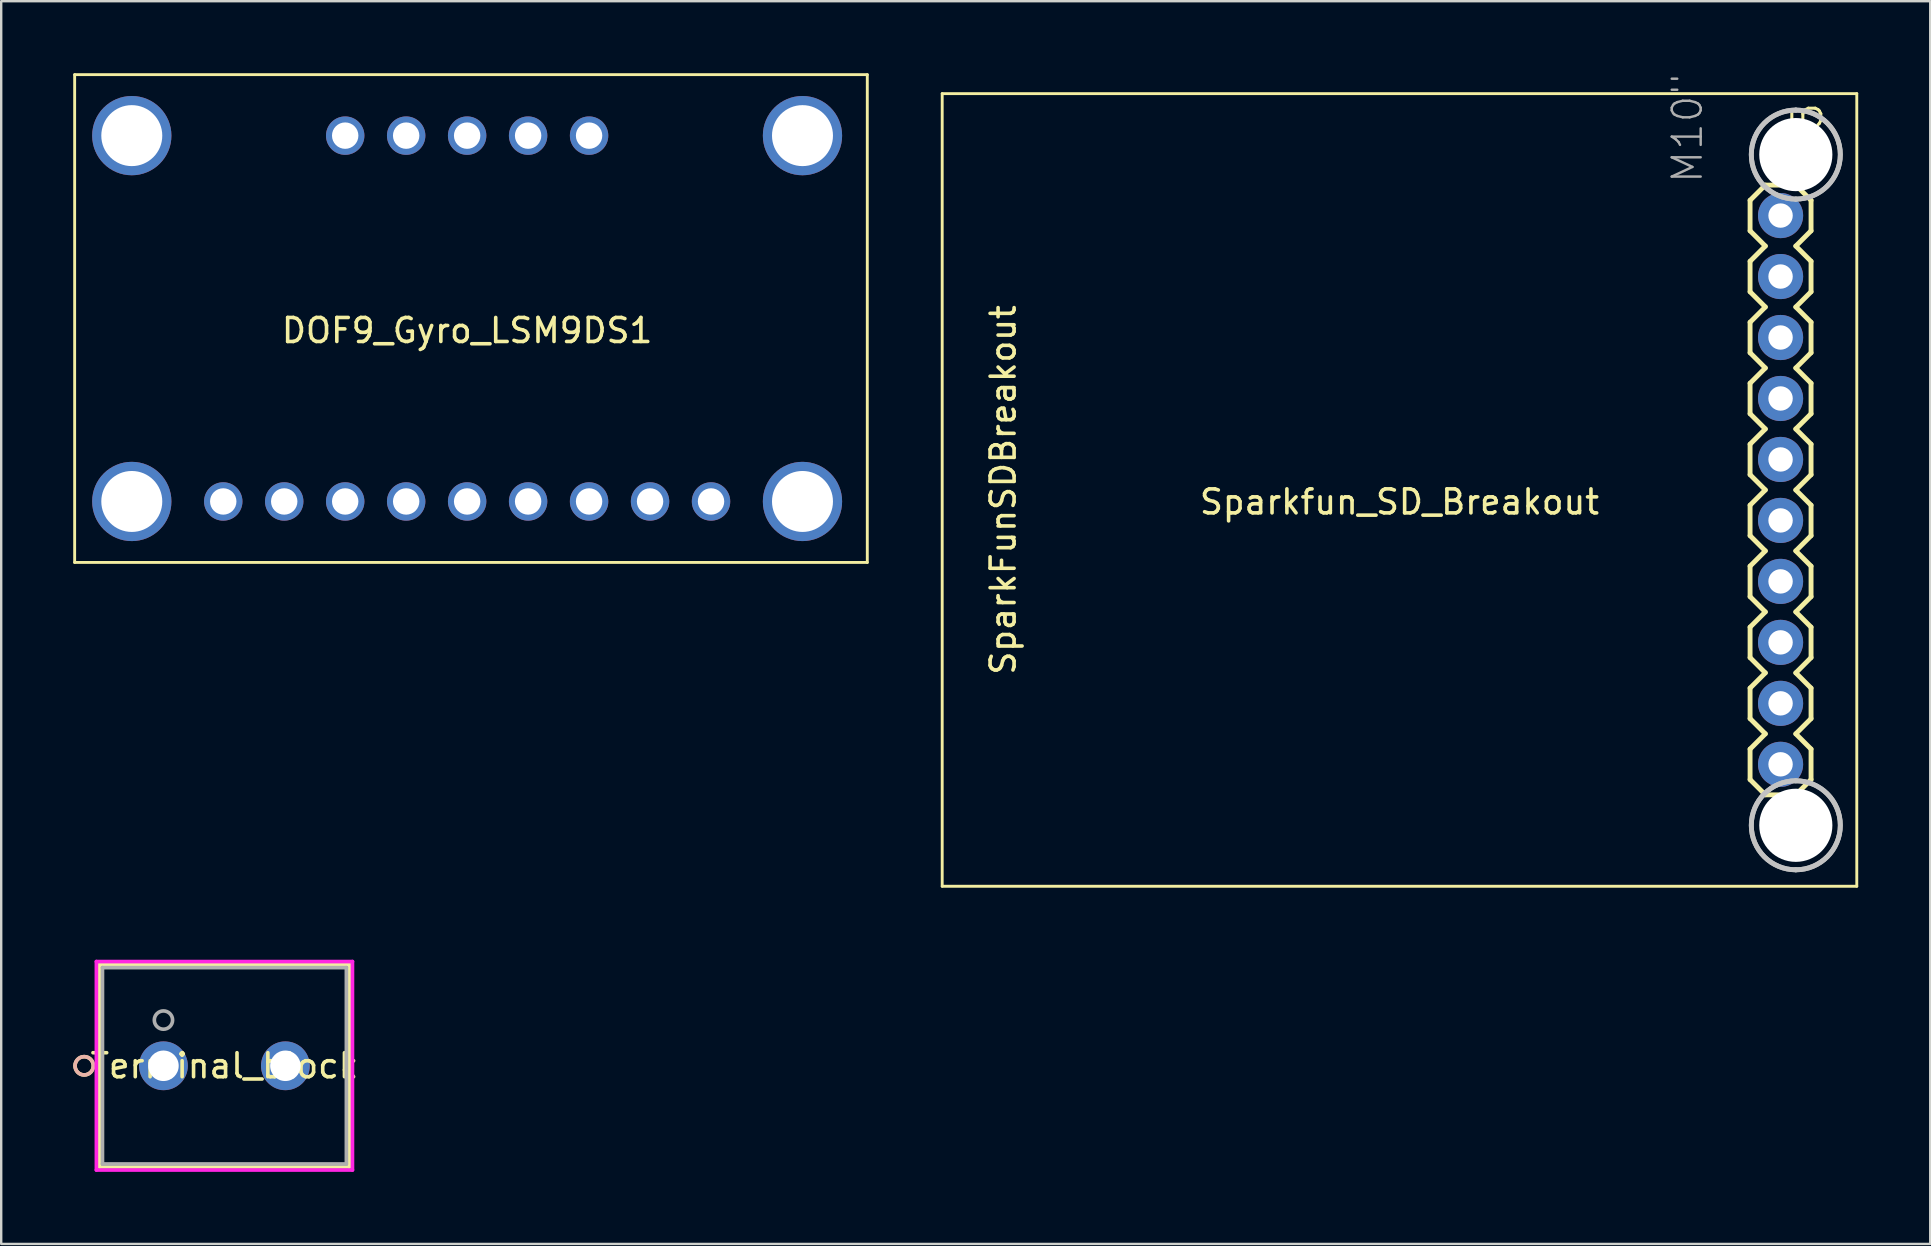
<source format=kicad_pcb>
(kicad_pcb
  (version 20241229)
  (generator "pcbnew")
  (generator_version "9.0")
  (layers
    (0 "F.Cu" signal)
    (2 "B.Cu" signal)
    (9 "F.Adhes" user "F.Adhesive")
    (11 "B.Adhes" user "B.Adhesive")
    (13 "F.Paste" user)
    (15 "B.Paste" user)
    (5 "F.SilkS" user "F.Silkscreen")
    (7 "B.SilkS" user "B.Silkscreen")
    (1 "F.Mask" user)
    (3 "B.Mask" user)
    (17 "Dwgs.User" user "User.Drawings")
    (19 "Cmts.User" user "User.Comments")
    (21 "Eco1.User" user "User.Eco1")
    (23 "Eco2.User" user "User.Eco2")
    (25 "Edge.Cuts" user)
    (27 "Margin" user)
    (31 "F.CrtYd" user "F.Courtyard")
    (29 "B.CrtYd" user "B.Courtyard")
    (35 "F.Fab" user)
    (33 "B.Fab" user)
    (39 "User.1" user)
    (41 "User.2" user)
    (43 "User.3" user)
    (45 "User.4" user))
  (footprint "Terminal_block"
    (layer "F.Cu")
    (at 3.759 41.349)
    (property "Reference" "Terminal_block" (at 2.54 0 0) (layer "F.SilkS") (effects (font (size 1 1) (thickness 0.15))))
    (attr through_hole)
    (fp_line (start -2.667 -4.216) (end -2.667 4.216) (stroke (width 0.152) (type solid)) (layer "F.SilkS"))
    (fp_line (start -2.667 4.216) (end 7.747 4.216) (stroke (width 0.152) (type solid)) (layer "F.SilkS"))
    (fp_line (start 7.747 -4.216) (end -2.667 -4.216) (stroke (width 0.152) (type solid)) (layer "F.SilkS"))
    (fp_line (start 7.747 4.216) (end 7.747 -4.216) (stroke (width 0.152) (type solid)) (layer "F.SilkS"))
    (fp_circle (center -3.302 0) (end -2.921 0) (stroke (width 0.152) (type solid)) (fill no) (layer "F.SilkS"))
    (fp_circle (center -3.302 0) (end -2.921 0) (stroke (width 0.152) (type solid)) (fill no) (layer "B.SilkS"))
    (fp_line (start -2.794 -4.343) (end -2.794 4.343) (stroke (width 0.152) (type solid)) (layer "F.CrtYd"))
    (fp_line (start -2.794 4.343) (end 7.874 4.343) (stroke (width 0.152) (type solid)) (layer "F.CrtYd"))
    (fp_line (start 7.874 -4.343) (end -2.794 -4.343) (stroke (width 0.152) (type solid)) (layer "F.CrtYd"))
    (fp_line (start 7.874 4.343) (end 7.874 -4.343) (stroke (width 0.152) (type solid)) (layer "F.CrtYd"))
    (fp_line (start -2.54 -4.089) (end -2.54 4.089) (stroke (width 0.152) (type solid)) (layer "F.Fab"))
    (fp_line (start -2.54 4.089) (end 7.62 4.089) (stroke (width 0.152) (type solid)) (layer "F.Fab"))
    (fp_line (start 7.62 -4.089) (end -2.54 -4.089) (stroke (width 0.152) (type solid)) (layer "F.Fab"))
    (fp_line (start 7.62 4.089) (end 7.62 -4.089) (stroke (width 0.152) (type solid)) (layer "F.Fab"))
    (fp_circle (center 0 -1.905) (end 0.381 -1.905) (stroke (width 0.152) (type solid)) (fill no) (layer "F.Fab"))
    (fp_text user "*" (at 0 0 0) (layer "F.SilkS") (effects (font (size 1 1) (thickness 0.15))))
    (fp_text user "Copyright 2016 Accelerated Designs. All rights reserved." (at 0 0 0) (layer "Cmts.User") (effects (font (size 0.127 0.127) (thickness 0.002))))
    (fp_text user "*" (at 0 0 0) (layer "F.Fab") (effects (font (size 1 1) (thickness 0.15))))
    (pad "1" thru_hole circle (at 0 0) (size 2.032 2.032) (drill 1.27) (layers "*.Cu" "*.Mask"))
    (pad "2" thru_hole circle (at 5.08 0) (size 2.032 2.032) (drill 1.27) (layers "*.Cu" "*.Mask")))
  (footprint "DOF9_Gyro_LSM9DS1"
    (layer "F.Cu")
    (at 10.06 6.41)
    (property "Reference" "DOF9_Gyro_LSM9DS1" (at 6.35 4.31 0) (layer "F.SilkS") (effects (font (size 1 1) (thickness 0.15))))
    (attr through_hole)
    (fp_line (start -10 -6.35) (end -10 13.97) (stroke (width 0.12) (type solid)) (layer "F.SilkS"))
    (fp_line (start -10 -6.35) (end 23.02 -6.35) (stroke (width 0.12) (type solid)) (layer "F.SilkS"))
    (fp_line (start -10 13.97) (end 23.02 13.97) (stroke (width 0.12) (type solid)) (layer "F.SilkS"))
    (fp_line (start 23.02 -6.35) (end 23.02 13.97) (stroke (width 0.12) (type solid)) (layer "F.SilkS"))
    (pad "0" thru_hole circle (at -7.62 -3.81) (size 3.302 3.302) (drill 2.54) (layers "*.Cu" "*.Mask"))
    (pad "0" thru_hole circle (at -7.62 11.43) (size 3.302 3.302) (drill 2.54) (layers "*.Cu" "*.Mask"))
    (pad "0" thru_hole circle (at 20.32 -3.81) (size 3.302 3.302) (drill 2.54) (layers "*.Cu" "*.Mask"))
    (pad "0" thru_hole circle (at 20.32 11.43) (size 3.302 3.302) (drill 2.54) (layers "*.Cu" "*.Mask"))
    (pad "1" thru_hole circle (at -3.81 11.43) (size 1.6 1.6) (drill 1.1) (layers "*.Cu" "*.Mask"))
    (pad "2" thru_hole circle (at -1.27 11.43) (size 1.6 1.6) (drill 1.1) (layers "*.Cu" "*.Mask"))
    (pad "3" thru_hole circle (at 1.27 11.43) (size 1.6 1.6) (drill 1.1) (layers "*.Cu" "*.Mask"))
    (pad "4" thru_hole circle (at 3.81 11.43) (size 1.6 1.6) (drill 1.1) (layers "*.Cu" "*.Mask"))
    (pad "5" thru_hole circle (at 6.35 11.43) (size 1.6 1.6) (drill 1.1) (layers "*.Cu" "*.Mask"))
    (pad "6" thru_hole circle (at 8.89 11.43) (size 1.6 1.6) (drill 1.1) (layers "*.Cu" "*.Mask"))
    (pad "7" thru_hole circle (at 11.43 11.43) (size 1.6 1.6) (drill 1.1) (layers "*.Cu" "*.Mask"))
    (pad "8" thru_hole circle (at 13.97 11.43) (size 1.6 1.6) (drill 1.1) (layers "*.Cu" "*.Mask"))
    (pad "9" thru_hole circle (at 16.51 11.43) (size 1.6 1.6) (drill 1.1) (layers "*.Cu" "*.Mask"))
    (pad "10" thru_hole circle (at 1.27 -3.81) (size 1.6 1.6) (drill 1.1) (layers "*.Cu" "*.Mask"))
    (pad "11" thru_hole circle (at 3.81 -3.81) (size 1.6 1.6) (drill 1.1) (layers "*.Cu" "*.Mask"))
    (pad "12" thru_hole circle (at 6.35 -3.81) (size 1.6 1.6) (drill 1.1) (layers "*.Cu" "*.Mask"))
    (pad "13" thru_hole circle (at 8.89 -3.81) (size 1.6 1.6) (drill 1.1) (layers "*.Cu" "*.Mask"))
    (pad "14" thru_hole circle (at 11.43 -3.81) (size 1.6 1.6) (drill 1.1) (layers "*.Cu" "*.Mask")))
  (footprint "Sparkfun_SD_Breakout"
    (layer "F.Cu")
    (at 55.25 17.36)
    (property "Reference" "Sparkfun_SD_Breakout" (at 0 0.5 0) (layer "F.SilkS") (effects (font (size 1 1) (thickness 0.15))))
    (attr through_hole)
    (fp_line (start -19.05 -16.51) (end 19.05 -16.51) (stroke (width 0.12) (type solid)) (layer "F.SilkS"))
    (fp_line (start -19.05 16.51) (end -19.05 -16.51) (stroke (width 0.12) (type solid)) (layer "F.SilkS"))
    (fp_line (start 14.605 -10.795) (end 14.605 -12.065) (stroke (width 0.203) (type solid)) (layer "F.SilkS"))
    (fp_line (start 14.605 -9.525) (end 15.24 -10.16) (stroke (width 0.203) (type solid)) (layer "F.SilkS"))
    (fp_line (start 14.605 -8.255) (end 14.605 -9.525) (stroke (width 0.203) (type solid)) (layer "F.SilkS"))
    (fp_line (start 14.605 -6.985) (end 15.24 -7.62) (stroke (width 0.203) (type solid)) (layer "F.SilkS"))
    (fp_line (start 14.605 -5.715) (end 14.605 -6.985) (stroke (width 0.203) (type solid)) (layer "F.SilkS"))
    (fp_line (start 14.605 -3.175) (end 14.605 -4.445) (stroke (width 0.203) (type solid)) (layer "F.SilkS"))
    (fp_line (start 14.605 -1.905) (end 15.24 -2.54) (stroke (width 0.203) (type solid)) (layer "F.SilkS"))
    (fp_line (start 14.605 -0.635) (end 14.605 -1.905) (stroke (width 0.203) (type solid)) (layer "F.SilkS"))
    (fp_line (start 14.605 0.635) (end 15.24 0) (stroke (width 0.203) (type solid)) (layer "F.SilkS"))
    (fp_line (start 14.605 1.905) (end 14.605 0.635) (stroke (width 0.203) (type solid)) (layer "F.SilkS"))
    (fp_line (start 14.605 4.445) (end 14.605 3.175) (stroke (width 0.203) (type solid)) (layer "F.SilkS"))
    (fp_line (start 14.605 6.985) (end 14.605 5.715) (stroke (width 0.203) (type solid)) (layer "F.SilkS"))
    (fp_line (start 14.605 9.525) (end 14.605 8.255) (stroke (width 0.203) (type solid)) (layer "F.SilkS"))
    (fp_line (start 14.605 12.065) (end 14.605 10.795) (stroke (width 0.203) (type solid)) (layer "F.SilkS"))
    (fp_line (start 15.24 -12.7) (end 14.605 -12.065) (stroke (width 0.203) (type solid)) (layer "F.SilkS"))
    (fp_line (start 15.24 -10.16) (end 14.605 -10.795) (stroke (width 0.203) (type solid)) (layer "F.SilkS"))
    (fp_line (start 15.24 -7.62) (end 14.605 -8.255) (stroke (width 0.203) (type solid)) (layer "F.SilkS"))
    (fp_line (start 15.24 -5.08) (end 14.605 -5.715) (stroke (width 0.203) (type solid)) (layer "F.SilkS"))
    (fp_line (start 15.24 -5.08) (end 14.605 -4.445) (stroke (width 0.203) (type solid)) (layer "F.SilkS"))
    (fp_line (start 15.24 -2.54) (end 14.605 -3.175) (stroke (width 0.203) (type solid)) (layer "F.SilkS"))
    (fp_line (start 15.24 0) (end 14.605 -0.635) (stroke (width 0.203) (type solid)) (layer "F.SilkS"))
    (fp_line (start 15.24 2.54) (end 14.605 1.905) (stroke (width 0.203) (type solid)) (layer "F.SilkS"))
    (fp_line (start 15.24 2.54) (end 14.605 3.175) (stroke (width 0.203) (type solid)) (layer "F.SilkS"))
    (fp_line (start 15.24 5.08) (end 14.605 4.445) (stroke (width 0.203) (type solid)) (layer "F.SilkS"))
    (fp_line (start 15.24 5.08) (end 14.605 5.715) (stroke (width 0.203) (type solid)) (layer "F.SilkS"))
    (fp_line (start 15.24 7.62) (end 14.605 6.985) (stroke (width 0.203) (type solid)) (layer "F.SilkS"))
    (fp_line (start 15.24 7.62) (end 14.605 8.255) (stroke (width 0.203) (type solid)) (layer "F.SilkS"))
    (fp_line (start 15.24 10.16) (end 14.605 9.525) (stroke (width 0.203) (type solid)) (layer "F.SilkS"))
    (fp_line (start 15.24 10.16) (end 14.605 10.795) (stroke (width 0.203) (type solid)) (layer "F.SilkS"))
    (fp_line (start 15.24 12.7) (end 14.605 12.065) (stroke (width 0.203) (type solid)) (layer "F.SilkS"))
    (fp_line (start 16.51 -12.7) (end 15.24 -12.7) (stroke (width 0.203) (type solid)) (layer "F.SilkS"))
    (fp_line (start 16.51 -10.16) (end 17.145 -9.525) (stroke (width 0.203) (type solid)) (layer "F.SilkS"))
    (fp_line (start 16.51 -7.62) (end 17.145 -6.985) (stroke (width 0.203) (type solid)) (layer "F.SilkS"))
    (fp_line (start 16.51 -2.54) (end 17.145 -1.905) (stroke (width 0.203) (type solid)) (layer "F.SilkS"))
    (fp_line (start 16.51 0) (end 17.145 0.635) (stroke (width 0.203) (type solid)) (layer "F.SilkS"))
    (fp_line (start 16.51 12.7) (end 15.24 12.7) (stroke (width 0.203) (type solid)) (layer "F.SilkS"))
    (fp_line (start 17.145 -12.065) (end 16.51 -12.7) (stroke (width 0.203) (type solid)) (layer "F.SilkS"))
    (fp_line (start 17.145 -12.065) (end 17.145 -10.795) (stroke (width 0.203) (type solid)) (layer "F.SilkS"))
    (fp_line (start 17.145 -10.795) (end 16.51 -10.16) (stroke (width 0.203) (type solid)) (layer "F.SilkS"))
    (fp_line (start 17.145 -9.525) (end 17.145 -8.255) (stroke (width 0.203) (type solid)) (layer "F.SilkS"))
    (fp_line (start 17.145 -8.255) (end 16.51 -7.62) (stroke (width 0.203) (type solid)) (layer "F.SilkS"))
    (fp_line (start 17.145 -6.985) (end 17.145 -5.715) (stroke (width 0.203) (type solid)) (layer "F.SilkS"))
    (fp_line (start 17.145 -5.715) (end 16.51 -5.08) (stroke (width 0.203) (type solid)) (layer "F.SilkS"))
    (fp_line (start 17.145 -4.445) (end 16.51 -5.08) (stroke (width 0.203) (type solid)) (layer "F.SilkS"))
    (fp_line (start 17.145 -4.445) (end 17.145 -3.175) (stroke (width 0.203) (type solid)) (layer "F.SilkS"))
    (fp_line (start 17.145 -3.175) (end 16.51 -2.54) (stroke (width 0.203) (type solid)) (layer "F.SilkS"))
    (fp_line (start 17.145 -1.905) (end 17.145 -0.635) (stroke (width 0.203) (type solid)) (layer "F.SilkS"))
    (fp_line (start 17.145 -0.635) (end 16.51 0) (stroke (width 0.203) (type solid)) (layer "F.SilkS"))
    (fp_line (start 17.145 0.635) (end 17.145 1.905) (stroke (width 0.203) (type solid)) (layer "F.SilkS"))
    (fp_line (start 17.145 1.905) (end 16.51 2.54) (stroke (width 0.203) (type solid)) (layer "F.SilkS"))
    (fp_line (start 17.145 3.175) (end 16.51 2.54) (stroke (width 0.203) (type solid)) (layer "F.SilkS"))
    (fp_line (start 17.145 3.175) (end 17.145 4.445) (stroke (width 0.203) (type solid)) (layer "F.SilkS"))
    (fp_line (start 17.145 4.445) (end 16.51 5.08) (stroke (width 0.203) (type solid)) (layer "F.SilkS"))
    (fp_line (start 17.145 5.715) (end 16.51 5.08) (stroke (width 0.203) (type solid)) (layer "F.SilkS"))
    (fp_line (start 17.145 5.715) (end 17.145 6.985) (stroke (width 0.203) (type solid)) (layer "F.SilkS"))
    (fp_line (start 17.145 6.985) (end 16.51 7.62) (stroke (width 0.203) (type solid)) (layer "F.SilkS"))
    (fp_line (start 17.145 8.255) (end 16.51 7.62) (stroke (width 0.203) (type solid)) (layer "F.SilkS"))
    (fp_line (start 17.145 8.255) (end 17.145 9.525) (stroke (width 0.203) (type solid)) (layer "F.SilkS"))
    (fp_line (start 17.145 9.525) (end 16.51 10.16) (stroke (width 0.203) (type solid)) (layer "F.SilkS"))
    (fp_line (start 17.145 10.795) (end 16.51 10.16) (stroke (width 0.203) (type solid)) (layer "F.SilkS"))
    (fp_line (start 17.145 10.795) (end 17.145 12.065) (stroke (width 0.203) (type solid)) (layer "F.SilkS"))
    (fp_line (start 17.145 12.065) (end 16.51 12.7) (stroke (width 0.203) (type solid)) (layer "F.SilkS"))
    (fp_line (start 19.05 -16.51) (end 19.05 16.51) (stroke (width 0.12) (type solid)) (layer "F.SilkS"))
    (fp_line (start 19.05 16.51) (end -19.05 16.51) (stroke (width 0.12) (type solid)) (layer "F.SilkS"))
    (fp_arc (start 16.51 -15.8242) (mid 18.3642 -13.97) (end 16.51 -12.1158) (stroke (width 0.2032) (type solid)) (layer "Dwgs.User"))
    (fp_arc (start 16.51 -15.8242) (mid 18.3642 -13.97) (end 16.51 -12.1158) (stroke (width 0.2032) (type solid)) (layer "Dwgs.User"))
    (fp_arc (start 16.51 -12.1158) (mid 14.6558 -13.97) (end 16.51 -15.8242) (stroke (width 0.2032) (type solid)) (layer "Dwgs.User"))
    (fp_arc (start 16.51 -12.1158) (mid 14.6558 -13.97) (end 16.51 -15.8242) (stroke (width 0.2032) (type solid)) (layer "Dwgs.User"))
    (fp_arc (start 16.51 12.1158) (mid 18.3642 13.97) (end 16.51 15.8242) (stroke (width 0.2032) (type solid)) (layer "Dwgs.User"))
    (fp_arc (start 16.51 12.1158) (mid 18.3642 13.97) (end 16.51 15.8242) (stroke (width 0.2032) (type solid)) (layer "Dwgs.User"))
    (fp_arc (start 16.51 15.8242) (mid 14.6558 13.97) (end 16.51 12.1158) (stroke (width 0.2032) (type solid)) (layer "Dwgs.User"))
    (fp_arc (start 16.51 15.8242) (mid 14.6558 13.97) (end 16.51 12.1158) (stroke (width 0.2032) (type solid)) (layer "Dwgs.User"))
    (fp_poly (pts (xy 15.621 -11.684) (xy 15.621 -11.176) (xy 16.129 -11.176) (xy 16.129 -11.684)) (stroke (width 0.1) (type solid)) (fill no) (layer "F.Fab"))
    (fp_poly (pts (xy 15.621 -9.144) (xy 15.621 -8.636) (xy 16.129 -8.636) (xy 16.129 -9.144)) (stroke (width 0.1) (type solid)) (fill no) (layer "F.Fab"))
    (fp_poly (pts (xy 15.621 -6.604) (xy 15.621 -6.096) (xy 16.129 -6.096) (xy 16.129 -6.604)) (stroke (width 0.1) (type solid)) (fill no) (layer "F.Fab"))
    (fp_poly (pts (xy 15.621 -4.064) (xy 15.621 -3.556) (xy 16.129 -3.556) (xy 16.129 -4.064)) (stroke (width 0.1) (type solid)) (fill no) (layer "F.Fab"))
    (fp_poly (pts (xy 15.621 -1.524) (xy 15.621 -1.016) (xy 16.129 -1.016) (xy 16.129 -1.524)) (stroke (width 0.1) (type solid)) (fill no) (layer "F.Fab"))
    (fp_poly (pts (xy 15.621 1.016) (xy 15.621 1.524) (xy 16.129 1.524) (xy 16.129 1.016)) (stroke (width 0.1) (type solid)) (fill no) (layer "F.Fab"))
    (fp_poly (pts (xy 15.621 3.556) (xy 15.621 4.064) (xy 16.129 4.064) (xy 16.129 3.556)) (stroke (width 0.1) (type solid)) (fill no) (layer "F.Fab"))
    (fp_poly (pts (xy 15.621 6.096) (xy 15.621 6.604) (xy 16.129 6.604) (xy 16.129 6.096)) (stroke (width 0.1) (type solid)) (fill no) (layer "F.Fab"))
    (fp_poly (pts (xy 15.621 8.636) (xy 15.621 9.144) (xy 16.129 9.144) (xy 16.129 8.636)) (stroke (width 0.1) (type solid)) (fill no) (layer "F.Fab"))
    (fp_poly (pts (xy 15.621 11.176) (xy 15.621 11.684) (xy 16.129 11.684) (xy 16.129 11.176)) (stroke (width 0.1) (type solid)) (fill no) (layer "F.Fab"))
    (fp_text user "SparkFunSDBreakout" (at -16.51 0 270) (layer "F.SilkS") (effects (font (size 1 1) (thickness 0.15))))
    (fp_text user "JP5" (at 17.704 -12.776 270) (layer "F.SilkS") (effects (font (size 1.206 1.206) (thickness 0.127)) (justify left bottom)))
    (fp_text user "M10\"" (at 12.7 -12.7 270) (layer "F.Fab") (effects (font (size 1.206 1.206) (thickness 0.102)) (justify left bottom)))
    (pad "" np_thru_hole circle (at 16.51 -13.97) (size 3.048 3.048) (drill 3.048) (layers "*.Cu" "*.Mask"))
    (pad "" np_thru_hole circle (at 16.51 13.97) (size 3.048 3.048) (drill 3.048) (layers "*.Cu" "*.Mask"))
    (pad "1" thru_hole circle (at 15.875 -11.43) (size 1.88 1.88) (drill 1.016) (layers "*.Cu" "*.Mask"))
    (pad "2" thru_hole circle (at 15.875 -8.89) (size 1.88 1.88) (drill 1.016) (layers "*.Cu" "*.Mask"))
    (pad "3" thru_hole circle (at 15.875 -6.35) (size 1.88 1.88) (drill 1.016) (layers "*.Cu" "*.Mask"))
    (pad "4" thru_hole circle (at 15.875 -3.81) (size 1.88 1.88) (drill 1.016) (layers "*.Cu" "*.Mask"))
    (pad "5" thru_hole circle (at 15.875 -1.27) (size 1.88 1.88) (drill 1.016) (layers "*.Cu" "*.Mask"))
    (pad "6" thru_hole circle (at 15.875 1.27) (size 1.88 1.88) (drill 1.016) (layers "*.Cu" "*.Mask"))
    (pad "7" thru_hole circle (at 15.875 3.81) (size 1.88 1.88) (drill 1.016) (layers "*.Cu" "*.Mask"))
    (pad "8" thru_hole circle (at 15.875 6.35) (size 1.88 1.88) (drill 1.016) (layers "*.Cu" "*.Mask"))
    (pad "9" thru_hole circle (at 15.875 8.89) (size 1.88 1.88) (drill 1.016) (layers "*.Cu" "*.Mask"))
    (pad "10" thru_hole circle (at 15.875 11.43) (size 1.88 1.88) (drill 1.016) (layers "*.Cu" "*.Mask")))
  (gr_rect
    (start -3 -3)
    (end 77.36 48.769)
    (stroke (width 0.1) (type default))
    (fill no)
    (layer "Edge.Cuts")))
</source>
